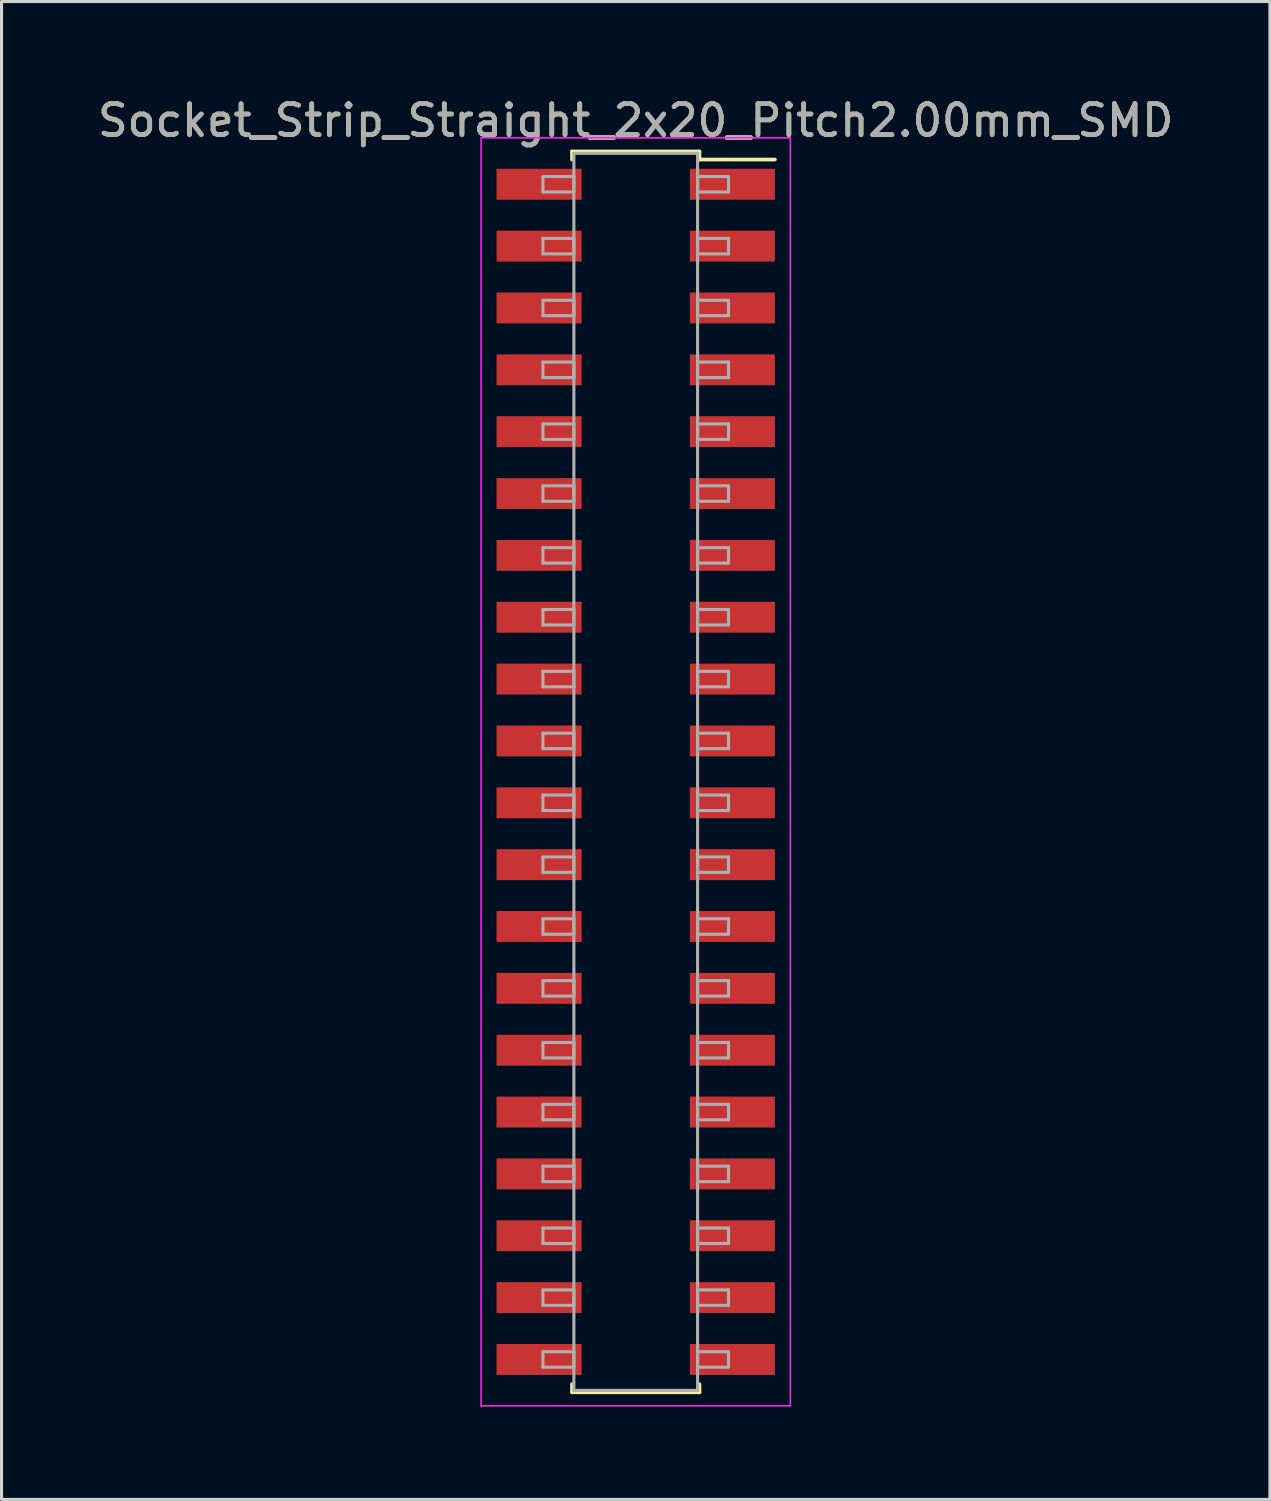
<source format=kicad_pcb>
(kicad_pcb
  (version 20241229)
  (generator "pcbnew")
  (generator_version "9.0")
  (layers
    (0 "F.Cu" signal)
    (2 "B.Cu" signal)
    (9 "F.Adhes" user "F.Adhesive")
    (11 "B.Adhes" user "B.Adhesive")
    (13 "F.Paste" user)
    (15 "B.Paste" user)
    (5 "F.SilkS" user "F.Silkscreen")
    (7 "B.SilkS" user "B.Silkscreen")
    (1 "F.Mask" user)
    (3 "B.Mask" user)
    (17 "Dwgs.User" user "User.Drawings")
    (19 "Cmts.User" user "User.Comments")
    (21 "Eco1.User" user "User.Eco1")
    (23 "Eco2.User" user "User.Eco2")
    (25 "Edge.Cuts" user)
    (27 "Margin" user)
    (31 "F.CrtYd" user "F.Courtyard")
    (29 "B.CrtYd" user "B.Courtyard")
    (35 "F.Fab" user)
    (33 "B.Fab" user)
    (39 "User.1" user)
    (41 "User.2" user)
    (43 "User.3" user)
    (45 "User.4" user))
  (footprint "Socket_Strip_Straight_2x20_Pitch2.00mm_SMD"
    (layer "F.Cu")
    (at 17.506 21.908)
    (property "Reference" "Socket_Strip_Straight_2x20_Pitch2.00mm_SMD" (at 0 -21.06 0) (layer "F.SilkS") (effects (font (size 1 1) (thickness 0.15))))
    (attr smd)
    (fp_line (start -2.06 -20.06) (end 2.06 -20.06) (stroke (width 0.12) (type solid)) (layer "F.SilkS"))
    (fp_line (start -2.06 -19.8) (end -2.06 -20.06) (stroke (width 0.12) (type solid)) (layer "F.SilkS"))
    (fp_line (start -2.06 19.8) (end -2.06 20.06) (stroke (width 0.12) (type solid)) (layer "F.SilkS"))
    (fp_line (start -2.06 20.06) (end 2.06 20.06) (stroke (width 0.12) (type solid)) (layer "F.SilkS"))
    (fp_line (start 2.06 -20.06) (end 2.06 -19.8) (stroke (width 0.12) (type solid)) (layer "F.SilkS"))
    (fp_line (start 2.06 20.06) (end 2.06 19.8) (stroke (width 0.12) (type solid)) (layer "F.SilkS"))
    (fp_line (start 4.5 -19.8) (end 2.06 -19.8) (stroke (width 0.12) (type solid)) (layer "F.SilkS"))
    (fp_line (start -5 -20.5) (end -5 20.5) (stroke (width 0.05) (type solid)) (layer "F.CrtYd"))
    (fp_line (start -5 20.5) (end 5 20.5) (stroke (width 0.05) (type solid)) (layer "F.CrtYd"))
    (fp_line (start 5 -20.5) (end -5 -20.5) (stroke (width 0.05) (type solid)) (layer "F.CrtYd"))
    (fp_line (start 5 20.5) (end 5 -20.5) (stroke (width 0.05) (type solid)) (layer "F.CrtYd"))
    (fp_line (start -3 -19.25) (end -2 -19.25) (stroke (width 0.1) (type solid)) (layer "F.Fab"))
    (fp_line (start -3 -18.75) (end -3 -19.25) (stroke (width 0.1) (type solid)) (layer "F.Fab"))
    (fp_line (start -3 -17.25) (end -2 -17.25) (stroke (width 0.1) (type solid)) (layer "F.Fab"))
    (fp_line (start -3 -16.75) (end -3 -17.25) (stroke (width 0.1) (type solid)) (layer "F.Fab"))
    (fp_line (start -3 -15.25) (end -2 -15.25) (stroke (width 0.1) (type solid)) (layer "F.Fab"))
    (fp_line (start -3 -14.75) (end -3 -15.25) (stroke (width 0.1) (type solid)) (layer "F.Fab"))
    (fp_line (start -3 -13.25) (end -2 -13.25) (stroke (width 0.1) (type solid)) (layer "F.Fab"))
    (fp_line (start -3 -12.75) (end -3 -13.25) (stroke (width 0.1) (type solid)) (layer "F.Fab"))
    (fp_line (start -3 -11.25) (end -2 -11.25) (stroke (width 0.1) (type solid)) (layer "F.Fab"))
    (fp_line (start -3 -10.75) (end -3 -11.25) (stroke (width 0.1) (type solid)) (layer "F.Fab"))
    (fp_line (start -3 -9.25) (end -2 -9.25) (stroke (width 0.1) (type solid)) (layer "F.Fab"))
    (fp_line (start -3 -8.75) (end -3 -9.25) (stroke (width 0.1) (type solid)) (layer "F.Fab"))
    (fp_line (start -3 -7.25) (end -2 -7.25) (stroke (width 0.1) (type solid)) (layer "F.Fab"))
    (fp_line (start -3 -6.75) (end -3 -7.25) (stroke (width 0.1) (type solid)) (layer "F.Fab"))
    (fp_line (start -3 -5.25) (end -2 -5.25) (stroke (width 0.1) (type solid)) (layer "F.Fab"))
    (fp_line (start -3 -4.75) (end -3 -5.25) (stroke (width 0.1) (type solid)) (layer "F.Fab"))
    (fp_line (start -3 -3.25) (end -2 -3.25) (stroke (width 0.1) (type solid)) (layer "F.Fab"))
    (fp_line (start -3 -2.75) (end -3 -3.25) (stroke (width 0.1) (type solid)) (layer "F.Fab"))
    (fp_line (start -3 -1.25) (end -2 -1.25) (stroke (width 0.1) (type solid)) (layer "F.Fab"))
    (fp_line (start -3 -0.75) (end -3 -1.25) (stroke (width 0.1) (type solid)) (layer "F.Fab"))
    (fp_line (start -3 0.75) (end -2 0.75) (stroke (width 0.1) (type solid)) (layer "F.Fab"))
    (fp_line (start -3 1.25) (end -3 0.75) (stroke (width 0.1) (type solid)) (layer "F.Fab"))
    (fp_line (start -3 2.75) (end -2 2.75) (stroke (width 0.1) (type solid)) (layer "F.Fab"))
    (fp_line (start -3 3.25) (end -3 2.75) (stroke (width 0.1) (type solid)) (layer "F.Fab"))
    (fp_line (start -3 4.75) (end -2 4.75) (stroke (width 0.1) (type solid)) (layer "F.Fab"))
    (fp_line (start -3 5.25) (end -3 4.75) (stroke (width 0.1) (type solid)) (layer "F.Fab"))
    (fp_line (start -3 6.75) (end -2 6.75) (stroke (width 0.1) (type solid)) (layer "F.Fab"))
    (fp_line (start -3 7.25) (end -3 6.75) (stroke (width 0.1) (type solid)) (layer "F.Fab"))
    (fp_line (start -3 8.75) (end -2 8.75) (stroke (width 0.1) (type solid)) (layer "F.Fab"))
    (fp_line (start -3 9.25) (end -3 8.75) (stroke (width 0.1) (type solid)) (layer "F.Fab"))
    (fp_line (start -3 10.75) (end -2 10.75) (stroke (width 0.1) (type solid)) (layer "F.Fab"))
    (fp_line (start -3 11.25) (end -3 10.75) (stroke (width 0.1) (type solid)) (layer "F.Fab"))
    (fp_line (start -3 12.75) (end -2 12.75) (stroke (width 0.1) (type solid)) (layer "F.Fab"))
    (fp_line (start -3 13.25) (end -3 12.75) (stroke (width 0.1) (type solid)) (layer "F.Fab"))
    (fp_line (start -3 14.75) (end -2 14.75) (stroke (width 0.1) (type solid)) (layer "F.Fab"))
    (fp_line (start -3 15.25) (end -3 14.75) (stroke (width 0.1) (type solid)) (layer "F.Fab"))
    (fp_line (start -3 16.75) (end -2 16.75) (stroke (width 0.1) (type solid)) (layer "F.Fab"))
    (fp_line (start -3 17.25) (end -3 16.75) (stroke (width 0.1) (type solid)) (layer "F.Fab"))
    (fp_line (start -3 18.75) (end -2 18.75) (stroke (width 0.1) (type solid)) (layer "F.Fab"))
    (fp_line (start -3 19.25) (end -3 18.75) (stroke (width 0.1) (type solid)) (layer "F.Fab"))
    (fp_line (start -2 -20) (end -2 20) (stroke (width 0.1) (type solid)) (layer "F.Fab"))
    (fp_line (start -2 -19.25) (end -2 -18.75) (stroke (width 0.1) (type solid)) (layer "F.Fab"))
    (fp_line (start -2 -18.75) (end -3 -18.75) (stroke (width 0.1) (type solid)) (layer "F.Fab"))
    (fp_line (start -2 -17.25) (end -2 -16.75) (stroke (width 0.1) (type solid)) (layer "F.Fab"))
    (fp_line (start -2 -16.75) (end -3 -16.75) (stroke (width 0.1) (type solid)) (layer "F.Fab"))
    (fp_line (start -2 -15.25) (end -2 -14.75) (stroke (width 0.1) (type solid)) (layer "F.Fab"))
    (fp_line (start -2 -14.75) (end -3 -14.75) (stroke (width 0.1) (type solid)) (layer "F.Fab"))
    (fp_line (start -2 -13.25) (end -2 -12.75) (stroke (width 0.1) (type solid)) (layer "F.Fab"))
    (fp_line (start -2 -12.75) (end -3 -12.75) (stroke (width 0.1) (type solid)) (layer "F.Fab"))
    (fp_line (start -2 -11.25) (end -2 -10.75) (stroke (width 0.1) (type solid)) (layer "F.Fab"))
    (fp_line (start -2 -10.75) (end -3 -10.75) (stroke (width 0.1) (type solid)) (layer "F.Fab"))
    (fp_line (start -2 -9.25) (end -2 -8.75) (stroke (width 0.1) (type solid)) (layer "F.Fab"))
    (fp_line (start -2 -8.75) (end -3 -8.75) (stroke (width 0.1) (type solid)) (layer "F.Fab"))
    (fp_line (start -2 -7.25) (end -2 -6.75) (stroke (width 0.1) (type solid)) (layer "F.Fab"))
    (fp_line (start -2 -6.75) (end -3 -6.75) (stroke (width 0.1) (type solid)) (layer "F.Fab"))
    (fp_line (start -2 -5.25) (end -2 -4.75) (stroke (width 0.1) (type solid)) (layer "F.Fab"))
    (fp_line (start -2 -4.75) (end -3 -4.75) (stroke (width 0.1) (type solid)) (layer "F.Fab"))
    (fp_line (start -2 -3.25) (end -2 -2.75) (stroke (width 0.1) (type solid)) (layer "F.Fab"))
    (fp_line (start -2 -2.75) (end -3 -2.75) (stroke (width 0.1) (type solid)) (layer "F.Fab"))
    (fp_line (start -2 -1.25) (end -2 -0.75) (stroke (width 0.1) (type solid)) (layer "F.Fab"))
    (fp_line (start -2 -0.75) (end -3 -0.75) (stroke (width 0.1) (type solid)) (layer "F.Fab"))
    (fp_line (start -2 0.75) (end -2 1.25) (stroke (width 0.1) (type solid)) (layer "F.Fab"))
    (fp_line (start -2 1.25) (end -3 1.25) (stroke (width 0.1) (type solid)) (layer "F.Fab"))
    (fp_line (start -2 2.75) (end -2 3.25) (stroke (width 0.1) (type solid)) (layer "F.Fab"))
    (fp_line (start -2 3.25) (end -3 3.25) (stroke (width 0.1) (type solid)) (layer "F.Fab"))
    (fp_line (start -2 4.75) (end -2 5.25) (stroke (width 0.1) (type solid)) (layer "F.Fab"))
    (fp_line (start -2 5.25) (end -3 5.25) (stroke (width 0.1) (type solid)) (layer "F.Fab"))
    (fp_line (start -2 6.75) (end -2 7.25) (stroke (width 0.1) (type solid)) (layer "F.Fab"))
    (fp_line (start -2 7.25) (end -3 7.25) (stroke (width 0.1) (type solid)) (layer "F.Fab"))
    (fp_line (start -2 8.75) (end -2 9.25) (stroke (width 0.1) (type solid)) (layer "F.Fab"))
    (fp_line (start -2 9.25) (end -3 9.25) (stroke (width 0.1) (type solid)) (layer "F.Fab"))
    (fp_line (start -2 10.75) (end -2 11.25) (stroke (width 0.1) (type solid)) (layer "F.Fab"))
    (fp_line (start -2 11.25) (end -3 11.25) (stroke (width 0.1) (type solid)) (layer "F.Fab"))
    (fp_line (start -2 12.75) (end -2 13.25) (stroke (width 0.1) (type solid)) (layer "F.Fab"))
    (fp_line (start -2 13.25) (end -3 13.25) (stroke (width 0.1) (type solid)) (layer "F.Fab"))
    (fp_line (start -2 14.75) (end -2 15.25) (stroke (width 0.1) (type solid)) (layer "F.Fab"))
    (fp_line (start -2 15.25) (end -3 15.25) (stroke (width 0.1) (type solid)) (layer "F.Fab"))
    (fp_line (start -2 16.75) (end -2 17.25) (stroke (width 0.1) (type solid)) (layer "F.Fab"))
    (fp_line (start -2 17.25) (end -3 17.25) (stroke (width 0.1) (type solid)) (layer "F.Fab"))
    (fp_line (start -2 18.75) (end -2 19.25) (stroke (width 0.1) (type solid)) (layer "F.Fab"))
    (fp_line (start -2 19.25) (end -3 19.25) (stroke (width 0.1) (type solid)) (layer "F.Fab"))
    (fp_line (start -2 20) (end 2 20) (stroke (width 0.1) (type solid)) (layer "F.Fab"))
    (fp_line (start 2 -20) (end -2 -20) (stroke (width 0.1) (type solid)) (layer "F.Fab"))
    (fp_line (start 2 -19.25) (end 2 -18.75) (stroke (width 0.1) (type solid)) (layer "F.Fab"))
    (fp_line (start 2 -18.75) (end 3 -18.75) (stroke (width 0.1) (type solid)) (layer "F.Fab"))
    (fp_line (start 2 -17.25) (end 2 -16.75) (stroke (width 0.1) (type solid)) (layer "F.Fab"))
    (fp_line (start 2 -16.75) (end 3 -16.75) (stroke (width 0.1) (type solid)) (layer "F.Fab"))
    (fp_line (start 2 -15.25) (end 2 -14.75) (stroke (width 0.1) (type solid)) (layer "F.Fab"))
    (fp_line (start 2 -14.75) (end 3 -14.75) (stroke (width 0.1) (type solid)) (layer "F.Fab"))
    (fp_line (start 2 -13.25) (end 2 -12.75) (stroke (width 0.1) (type solid)) (layer "F.Fab"))
    (fp_line (start 2 -12.75) (end 3 -12.75) (stroke (width 0.1) (type solid)) (layer "F.Fab"))
    (fp_line (start 2 -11.25) (end 2 -10.75) (stroke (width 0.1) (type solid)) (layer "F.Fab"))
    (fp_line (start 2 -10.75) (end 3 -10.75) (stroke (width 0.1) (type solid)) (layer "F.Fab"))
    (fp_line (start 2 -9.25) (end 2 -8.75) (stroke (width 0.1) (type solid)) (layer "F.Fab"))
    (fp_line (start 2 -8.75) (end 3 -8.75) (stroke (width 0.1) (type solid)) (layer "F.Fab"))
    (fp_line (start 2 -7.25) (end 2 -6.75) (stroke (width 0.1) (type solid)) (layer "F.Fab"))
    (fp_line (start 2 -6.75) (end 3 -6.75) (stroke (width 0.1) (type solid)) (layer "F.Fab"))
    (fp_line (start 2 -5.25) (end 2 -4.75) (stroke (width 0.1) (type solid)) (layer "F.Fab"))
    (fp_line (start 2 -4.75) (end 3 -4.75) (stroke (width 0.1) (type solid)) (layer "F.Fab"))
    (fp_line (start 2 -3.25) (end 2 -2.75) (stroke (width 0.1) (type solid)) (layer "F.Fab"))
    (fp_line (start 2 -2.75) (end 3 -2.75) (stroke (width 0.1) (type solid)) (layer "F.Fab"))
    (fp_line (start 2 -1.25) (end 2 -0.75) (stroke (width 0.1) (type solid)) (layer "F.Fab"))
    (fp_line (start 2 -0.75) (end 3 -0.75) (stroke (width 0.1) (type solid)) (layer "F.Fab"))
    (fp_line (start 2 0.75) (end 2 1.25) (stroke (width 0.1) (type solid)) (layer "F.Fab"))
    (fp_line (start 2 1.25) (end 3 1.25) (stroke (width 0.1) (type solid)) (layer "F.Fab"))
    (fp_line (start 2 2.75) (end 2 3.25) (stroke (width 0.1) (type solid)) (layer "F.Fab"))
    (fp_line (start 2 3.25) (end 3 3.25) (stroke (width 0.1) (type solid)) (layer "F.Fab"))
    (fp_line (start 2 4.75) (end 2 5.25) (stroke (width 0.1) (type solid)) (layer "F.Fab"))
    (fp_line (start 2 5.25) (end 3 5.25) (stroke (width 0.1) (type solid)) (layer "F.Fab"))
    (fp_line (start 2 6.75) (end 2 7.25) (stroke (width 0.1) (type solid)) (layer "F.Fab"))
    (fp_line (start 2 7.25) (end 3 7.25) (stroke (width 0.1) (type solid)) (layer "F.Fab"))
    (fp_line (start 2 8.75) (end 2 9.25) (stroke (width 0.1) (type solid)) (layer "F.Fab"))
    (fp_line (start 2 9.25) (end 3 9.25) (stroke (width 0.1) (type solid)) (layer "F.Fab"))
    (fp_line (start 2 10.75) (end 2 11.25) (stroke (width 0.1) (type solid)) (layer "F.Fab"))
    (fp_line (start 2 11.25) (end 3 11.25) (stroke (width 0.1) (type solid)) (layer "F.Fab"))
    (fp_line (start 2 12.75) (end 2 13.25) (stroke (width 0.1) (type solid)) (layer "F.Fab"))
    (fp_line (start 2 13.25) (end 3 13.25) (stroke (width 0.1) (type solid)) (layer "F.Fab"))
    (fp_line (start 2 14.75) (end 2 15.25) (stroke (width 0.1) (type solid)) (layer "F.Fab"))
    (fp_line (start 2 15.25) (end 3 15.25) (stroke (width 0.1) (type solid)) (layer "F.Fab"))
    (fp_line (start 2 16.75) (end 2 17.25) (stroke (width 0.1) (type solid)) (layer "F.Fab"))
    (fp_line (start 2 17.25) (end 3 17.25) (stroke (width 0.1) (type solid)) (layer "F.Fab"))
    (fp_line (start 2 18.75) (end 2 19.25) (stroke (width 0.1) (type solid)) (layer "F.Fab"))
    (fp_line (start 2 19.25) (end 3 19.25) (stroke (width 0.1) (type solid)) (layer "F.Fab"))
    (fp_line (start 2 20) (end 2 -20) (stroke (width 0.1) (type solid)) (layer "F.Fab"))
    (fp_line (start 3 -19.25) (end 2 -19.25) (stroke (width 0.1) (type solid)) (layer "F.Fab"))
    (fp_line (start 3 -18.75) (end 3 -19.25) (stroke (width 0.1) (type solid)) (layer "F.Fab"))
    (fp_line (start 3 -17.25) (end 2 -17.25) (stroke (width 0.1) (type solid)) (layer "F.Fab"))
    (fp_line (start 3 -16.75) (end 3 -17.25) (stroke (width 0.1) (type solid)) (layer "F.Fab"))
    (fp_line (start 3 -15.25) (end 2 -15.25) (stroke (width 0.1) (type solid)) (layer "F.Fab"))
    (fp_line (start 3 -14.75) (end 3 -15.25) (stroke (width 0.1) (type solid)) (layer "F.Fab"))
    (fp_line (start 3 -13.25) (end 2 -13.25) (stroke (width 0.1) (type solid)) (layer "F.Fab"))
    (fp_line (start 3 -12.75) (end 3 -13.25) (stroke (width 0.1) (type solid)) (layer "F.Fab"))
    (fp_line (start 3 -11.25) (end 2 -11.25) (stroke (width 0.1) (type solid)) (layer "F.Fab"))
    (fp_line (start 3 -10.75) (end 3 -11.25) (stroke (width 0.1) (type solid)) (layer "F.Fab"))
    (fp_line (start 3 -9.25) (end 2 -9.25) (stroke (width 0.1) (type solid)) (layer "F.Fab"))
    (fp_line (start 3 -8.75) (end 3 -9.25) (stroke (width 0.1) (type solid)) (layer "F.Fab"))
    (fp_line (start 3 -7.25) (end 2 -7.25) (stroke (width 0.1) (type solid)) (layer "F.Fab"))
    (fp_line (start 3 -6.75) (end 3 -7.25) (stroke (width 0.1) (type solid)) (layer "F.Fab"))
    (fp_line (start 3 -5.25) (end 2 -5.25) (stroke (width 0.1) (type solid)) (layer "F.Fab"))
    (fp_line (start 3 -4.75) (end 3 -5.25) (stroke (width 0.1) (type solid)) (layer "F.Fab"))
    (fp_line (start 3 -3.25) (end 2 -3.25) (stroke (width 0.1) (type solid)) (layer "F.Fab"))
    (fp_line (start 3 -2.75) (end 3 -3.25) (stroke (width 0.1) (type solid)) (layer "F.Fab"))
    (fp_line (start 3 -1.25) (end 2 -1.25) (stroke (width 0.1) (type solid)) (layer "F.Fab"))
    (fp_line (start 3 -0.75) (end 3 -1.25) (stroke (width 0.1) (type solid)) (layer "F.Fab"))
    (fp_line (start 3 0.75) (end 2 0.75) (stroke (width 0.1) (type solid)) (layer "F.Fab"))
    (fp_line (start 3 1.25) (end 3 0.75) (stroke (width 0.1) (type solid)) (layer "F.Fab"))
    (fp_line (start 3 2.75) (end 2 2.75) (stroke (width 0.1) (type solid)) (layer "F.Fab"))
    (fp_line (start 3 3.25) (end 3 2.75) (stroke (width 0.1) (type solid)) (layer "F.Fab"))
    (fp_line (start 3 4.75) (end 2 4.75) (stroke (width 0.1) (type solid)) (layer "F.Fab"))
    (fp_line (start 3 5.25) (end 3 4.75) (stroke (width 0.1) (type solid)) (layer "F.Fab"))
    (fp_line (start 3 6.75) (end 2 6.75) (stroke (width 0.1) (type solid)) (layer "F.Fab"))
    (fp_line (start 3 7.25) (end 3 6.75) (stroke (width 0.1) (type solid)) (layer "F.Fab"))
    (fp_line (start 3 8.75) (end 2 8.75) (stroke (width 0.1) (type solid)) (layer "F.Fab"))
    (fp_line (start 3 9.25) (end 3 8.75) (stroke (width 0.1) (type solid)) (layer "F.Fab"))
    (fp_line (start 3 10.75) (end 2 10.75) (stroke (width 0.1) (type solid)) (layer "F.Fab"))
    (fp_line (start 3 11.25) (end 3 10.75) (stroke (width 0.1) (type solid)) (layer "F.Fab"))
    (fp_line (start 3 12.75) (end 2 12.75) (stroke (width 0.1) (type solid)) (layer "F.Fab"))
    (fp_line (start 3 13.25) (end 3 12.75) (stroke (width 0.1) (type solid)) (layer "F.Fab"))
    (fp_line (start 3 14.75) (end 2 14.75) (stroke (width 0.1) (type solid)) (layer "F.Fab"))
    (fp_line (start 3 15.25) (end 3 14.75) (stroke (width 0.1) (type solid)) (layer "F.Fab"))
    (fp_line (start 3 16.75) (end 2 16.75) (stroke (width 0.1) (type solid)) (layer "F.Fab"))
    (fp_line (start 3 17.25) (end 3 16.75) (stroke (width 0.1) (type solid)) (layer "F.Fab"))
    (fp_line (start 3 18.75) (end 2 18.75) (stroke (width 0.1) (type solid)) (layer "F.Fab"))
    (fp_line (start 3 19.25) (end 3 18.75) (stroke (width 0.1) (type solid)) (layer "F.Fab"))
    (fp_text user "${REFERENCE}" (at 0 -21.06 0) (layer "F.Fab") (effects (font (size 1 1) (thickness 0.15))))
    (pad "1" smd rect (at 3.125 -19) (size 2.75 1) (layers "F.Cu" "F.Mask" "F.Paste"))
    (pad "2" smd rect (at -3.125 -19) (size 2.75 1) (layers "F.Cu" "F.Mask" "F.Paste"))
    (pad "3" smd rect (at 3.125 -17) (size 2.75 1) (layers "F.Cu" "F.Mask" "F.Paste"))
    (pad "4" smd rect (at -3.125 -17) (size 2.75 1) (layers "F.Cu" "F.Mask" "F.Paste"))
    (pad "5" smd rect (at 3.125 -15) (size 2.75 1) (layers "F.Cu" "F.Mask" "F.Paste"))
    (pad "6" smd rect (at -3.125 -15) (size 2.75 1) (layers "F.Cu" "F.Mask" "F.Paste"))
    (pad "7" smd rect (at 3.125 -13) (size 2.75 1) (layers "F.Cu" "F.Mask" "F.Paste"))
    (pad "8" smd rect (at -3.125 -13) (size 2.75 1) (layers "F.Cu" "F.Mask" "F.Paste"))
    (pad "9" smd rect (at 3.125 -11) (size 2.75 1) (layers "F.Cu" "F.Mask" "F.Paste"))
    (pad "10" smd rect (at -3.125 -11) (size 2.75 1) (layers "F.Cu" "F.Mask" "F.Paste"))
    (pad "11" smd rect (at 3.125 -9) (size 2.75 1) (layers "F.Cu" "F.Mask" "F.Paste"))
    (pad "12" smd rect (at -3.125 -9) (size 2.75 1) (layers "F.Cu" "F.Mask" "F.Paste"))
    (pad "13" smd rect (at 3.125 -7) (size 2.75 1) (layers "F.Cu" "F.Mask" "F.Paste"))
    (pad "14" smd rect (at -3.125 -7) (size 2.75 1) (layers "F.Cu" "F.Mask" "F.Paste"))
    (pad "15" smd rect (at 3.125 -5) (size 2.75 1) (layers "F.Cu" "F.Mask" "F.Paste"))
    (pad "16" smd rect (at -3.125 -5) (size 2.75 1) (layers "F.Cu" "F.Mask" "F.Paste"))
    (pad "17" smd rect (at 3.125 -3) (size 2.75 1) (layers "F.Cu" "F.Mask" "F.Paste"))
    (pad "18" smd rect (at -3.125 -3) (size 2.75 1) (layers "F.Cu" "F.Mask" "F.Paste"))
    (pad "19" smd rect (at 3.125 -1) (size 2.75 1) (layers "F.Cu" "F.Mask" "F.Paste"))
    (pad "20" smd rect (at -3.125 -1) (size 2.75 1) (layers "F.Cu" "F.Mask" "F.Paste"))
    (pad "21" smd rect (at 3.125 1) (size 2.75 1) (layers "F.Cu" "F.Mask" "F.Paste"))
    (pad "22" smd rect (at -3.125 1) (size 2.75 1) (layers "F.Cu" "F.Mask" "F.Paste"))
    (pad "23" smd rect (at 3.125 3) (size 2.75 1) (layers "F.Cu" "F.Mask" "F.Paste"))
    (pad "24" smd rect (at -3.125 3) (size 2.75 1) (layers "F.Cu" "F.Mask" "F.Paste"))
    (pad "25" smd rect (at 3.125 5) (size 2.75 1) (layers "F.Cu" "F.Mask" "F.Paste"))
    (pad "26" smd rect (at -3.125 5) (size 2.75 1) (layers "F.Cu" "F.Mask" "F.Paste"))
    (pad "27" smd rect (at 3.125 7) (size 2.75 1) (layers "F.Cu" "F.Mask" "F.Paste"))
    (pad "28" smd rect (at -3.125 7) (size 2.75 1) (layers "F.Cu" "F.Mask" "F.Paste"))
    (pad "29" smd rect (at 3.125 9) (size 2.75 1) (layers "F.Cu" "F.Mask" "F.Paste"))
    (pad "30" smd rect (at -3.125 9) (size 2.75 1) (layers "F.Cu" "F.Mask" "F.Paste"))
    (pad "31" smd rect (at 3.125 11) (size 2.75 1) (layers "F.Cu" "F.Mask" "F.Paste"))
    (pad "32" smd rect (at -3.125 11) (size 2.75 1) (layers "F.Cu" "F.Mask" "F.Paste"))
    (pad "33" smd rect (at 3.125 13) (size 2.75 1) (layers "F.Cu" "F.Mask" "F.Paste"))
    (pad "34" smd rect (at -3.125 13) (size 2.75 1) (layers "F.Cu" "F.Mask" "F.Paste"))
    (pad "35" smd rect (at 3.125 15) (size 2.75 1) (layers "F.Cu" "F.Mask" "F.Paste"))
    (pad "36" smd rect (at -3.125 15) (size 2.75 1) (layers "F.Cu" "F.Mask" "F.Paste"))
    (pad "37" smd rect (at 3.125 17) (size 2.75 1) (layers "F.Cu" "F.Mask" "F.Paste"))
    (pad "38" smd rect (at -3.125 17) (size 2.75 1) (layers "F.Cu" "F.Mask" "F.Paste"))
    (pad "39" smd rect (at 3.125 19) (size 2.75 1) (layers "F.Cu" "F.Mask" "F.Paste"))
    (pad "40" smd rect (at -3.125 19) (size 2.75 1) (layers "F.Cu" "F.Mask" "F.Paste")))
  (gr_rect
    (start -3 -3)
    (end 38.012 45.433)
    (stroke (width 0.1) (type default))
    (fill no)
    (layer "Edge.Cuts")))
</source>
